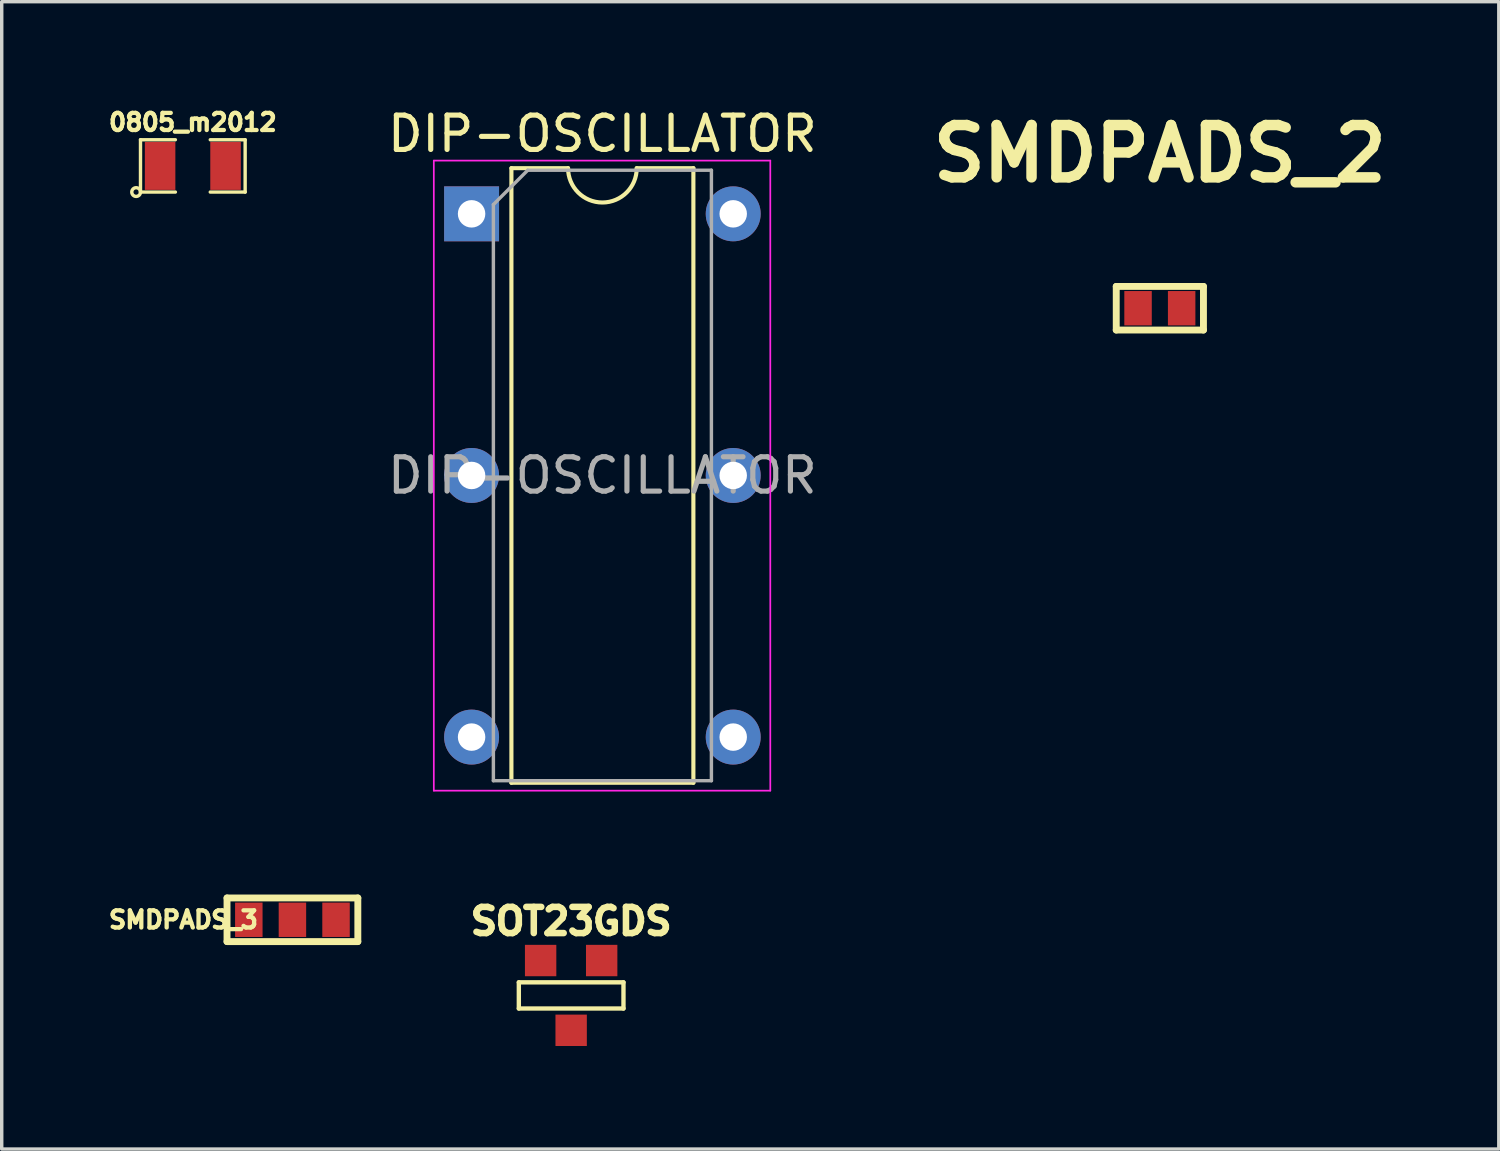
<source format=kicad_pcb>
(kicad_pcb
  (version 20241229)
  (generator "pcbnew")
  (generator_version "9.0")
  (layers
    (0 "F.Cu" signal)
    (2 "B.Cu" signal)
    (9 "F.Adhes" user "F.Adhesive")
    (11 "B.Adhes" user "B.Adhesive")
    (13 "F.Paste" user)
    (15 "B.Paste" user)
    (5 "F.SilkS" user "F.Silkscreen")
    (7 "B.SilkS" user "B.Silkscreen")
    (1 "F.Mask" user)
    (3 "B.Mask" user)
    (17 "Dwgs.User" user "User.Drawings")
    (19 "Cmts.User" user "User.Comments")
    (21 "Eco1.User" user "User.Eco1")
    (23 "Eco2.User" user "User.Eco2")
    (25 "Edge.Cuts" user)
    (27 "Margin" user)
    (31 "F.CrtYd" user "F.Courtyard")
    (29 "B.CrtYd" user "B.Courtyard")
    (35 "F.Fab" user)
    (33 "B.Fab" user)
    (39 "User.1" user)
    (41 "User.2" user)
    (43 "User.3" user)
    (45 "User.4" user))
  (footprint "DIP-OSCILLATOR"
    (layer "F.Cu")
    (at 10.685 3.178)
    (property "Reference" "DIP-OSCILLATOR" (at 3.81 -2.33 0) (layer "F.SilkS") (effects (font (size 1 1) (thickness 0.15))))
    (attr through_hole)
    (fp_line (start 1.16 -1.33) (end 1.16 16.57) (stroke (width 0.12) (type solid)) (layer "F.SilkS"))
    (fp_line (start 1.16 16.57) (end 6.46 16.57) (stroke (width 0.12) (type solid)) (layer "F.SilkS"))
    (fp_line (start 2.81 -1.33) (end 1.16 -1.33) (stroke (width 0.12) (type solid)) (layer "F.SilkS"))
    (fp_line (start 6.46 -1.33) (end 4.81 -1.33) (stroke (width 0.12) (type solid)) (layer "F.SilkS"))
    (fp_line (start 6.46 16.57) (end 6.46 -1.33) (stroke (width 0.12) (type solid)) (layer "F.SilkS"))
    (fp_arc (start 4.81 -1.33) (mid 3.81 -0.33) (end 2.81 -1.33) (stroke (width 0.12) (type solid)) (layer "F.SilkS"))
    (fp_line (start -1.1 -1.55) (end -1.1 16.8) (stroke (width 0.05) (type solid)) (layer "F.CrtYd"))
    (fp_line (start -1.1 16.8) (end 8.7 16.8) (stroke (width 0.05) (type solid)) (layer "F.CrtYd"))
    (fp_line (start 8.7 -1.55) (end -1.1 -1.55) (stroke (width 0.05) (type solid)) (layer "F.CrtYd"))
    (fp_line (start 8.7 16.8) (end 8.7 -1.55) (stroke (width 0.05) (type solid)) (layer "F.CrtYd"))
    (fp_line (start 0.635 -0.27) (end 1.635 -1.27) (stroke (width 0.1) (type solid)) (layer "F.Fab"))
    (fp_line (start 0.635 16.51) (end 0.635 -0.27) (stroke (width 0.1) (type solid)) (layer "F.Fab"))
    (fp_line (start 1.635 -1.27) (end 6.985 -1.27) (stroke (width 0.1) (type solid)) (layer "F.Fab"))
    (fp_line (start 6.985 -1.27) (end 6.985 16.51) (stroke (width 0.1) (type solid)) (layer "F.Fab"))
    (fp_line (start 6.985 16.51) (end 0.635 16.51) (stroke (width 0.1) (type solid)) (layer "F.Fab"))
    (fp_text user "${REFERENCE}" (at 3.81 7.62 0) (layer "F.Fab") (effects (font (size 1 1) (thickness 0.15))))
    (pad "1" thru_hole rect (at 0 0) (size 1.6 1.6) (drill 0.8) (layers "*.Cu" "*.Mask"))
    (pad "4" thru_hole oval (at 0 7.62) (size 1.6 1.6) (drill 0.8) (layers "*.Cu" "*.Mask"))
    (pad "7" thru_hole oval (at 0 15.24) (size 1.6 1.6) (drill 0.8) (layers "*.Cu" "*.Mask"))
    (pad "8" thru_hole oval (at 7.62 15.24) (size 1.6 1.6) (drill 0.8) (layers "*.Cu" "*.Mask"))
    (pad "11" thru_hole oval (at 7.62 7.62) (size 1.6 1.6) (drill 0.8) (layers "*.Cu" "*.Mask"))
    (pad "14" thru_hole oval (at 7.62 0) (size 1.6 1.6) (drill 0.8) (layers "*.Cu" "*.Mask")))
  (footprint "SMDPADS_2"
    (layer "F.Cu")
    (at 30.731 5.927)
    (property "Reference" "SMDPADS_2" (at 0 -4.501 0) (layer "F.SilkS") (effects (font (size 1.524 1.524) (thickness 0.305))))
    (attr through_hole)
    (fp_line (start -1.27 -0.635) (end 1.27 -0.635) (stroke (width 0.201) (type solid)) (layer "F.SilkS"))
    (fp_line (start -1.27 0.635) (end -1.27 -0.635) (stroke (width 0.201) (type solid)) (layer "F.SilkS"))
    (fp_line (start 1.27 -0.635) (end 1.27 0.635) (stroke (width 0.201) (type solid)) (layer "F.SilkS"))
    (fp_line (start 1.27 0.635) (end -1.27 0.635) (stroke (width 0.201) (type solid)) (layer "F.SilkS"))
    (pad "1" smd rect (at -0.635 0) (size 0.8 1.001) (layers "F.Cu" "F.Mask" "F.Paste"))
    (pad "2" smd rect (at 0.635 0) (size 0.8 1.001) (layers "F.Cu" "F.Mask" "F.Paste")))
  (footprint "SOT23GDS"
    (layer "F.Cu")
    (at 13.585 25.942)
    (property "Reference" "SOT23GDS" (at 0 -2.159 0) (layer "F.SilkS") (effects (font (size 0.762 0.762) (thickness 0.191))))
    (attr smd)
    (fp_line (start -1.524 -0.381) (end 1.524 -0.381) (stroke (width 0.127) (type solid)) (layer "F.SilkS"))
    (fp_line (start -1.524 0.381) (end -1.524 -0.381) (stroke (width 0.127) (type solid)) (layer "F.SilkS"))
    (fp_line (start 1.524 -0.381) (end 1.524 0.381) (stroke (width 0.127) (type solid)) (layer "F.SilkS"))
    (fp_line (start 1.524 0.381) (end -1.524 0.381) (stroke (width 0.127) (type solid)) (layer "F.SilkS"))
    (pad "D" smd rect (at 0 1.016) (size 0.914 0.914) (layers "F.Cu" "F.Mask" "F.Paste"))
    (pad "G" smd rect (at 0.889 -1.016) (size 0.914 0.914) (layers "F.Cu" "F.Mask" "F.Paste"))
    (pad "S" smd rect (at -0.889 -1.016) (size 0.914 0.914) (layers "F.Cu" "F.Mask" "F.Paste")))
  (footprint "SMDPADS_3"
    (layer "F.Cu")
    (at 5.467 23.739)
    (property "Reference" "SMDPADS_3" (at -3.175 0 0) (layer "F.SilkS") (effects (font (size 0.5 0.5) (thickness 0.125))))
    (attr through_hole)
    (fp_line (start -1.905 -0.635) (end 1.905 -0.635) (stroke (width 0.201) (type solid)) (layer "F.SilkS"))
    (fp_line (start -1.905 0.635) (end -1.905 -0.635) (stroke (width 0.201) (type solid)) (layer "F.SilkS"))
    (fp_line (start 1.905 -0.635) (end 1.905 0.635) (stroke (width 0.201) (type solid)) (layer "F.SilkS"))
    (fp_line (start 1.905 0.635) (end -1.905 0.635) (stroke (width 0.201) (type solid)) (layer "F.SilkS"))
    (pad "1" smd rect (at -1.27 0) (size 0.8 1.001) (layers "F.Cu" "F.Mask" "F.Paste"))
    (pad "2" smd rect (at 0 0) (size 0.8 1.001) (layers "F.Cu" "F.Mask" "F.Paste"))
    (pad "3" smd rect (at 1.27 0) (size 0.8 1.001) (layers "F.Cu" "F.Mask" "F.Paste")))
  (footprint "0805_m2012"
    (layer "F.Cu")
    (at 2.566 1.782)
    (property "Reference" "0805_m2012" (at 0 -1.27 0) (layer "F.SilkS") (effects (font (size 0.5 0.5) (thickness 0.125))))
    (attr smd)
    (fp_line (start -1.524 -0.762) (end -0.508 -0.762) (stroke (width 0.099) (type solid)) (layer "F.SilkS"))
    (fp_line (start -1.524 0.762) (end -1.524 -0.762) (stroke (width 0.099) (type solid)) (layer "F.SilkS"))
    (fp_line (start -0.508 0.762) (end -1.524 0.762) (stroke (width 0.099) (type solid)) (layer "F.SilkS"))
    (fp_line (start 0.508 -0.762) (end 1.524 -0.762) (stroke (width 0.099) (type solid)) (layer "F.SilkS"))
    (fp_line (start 1.524 -0.762) (end 1.524 0.762) (stroke (width 0.099) (type solid)) (layer "F.SilkS"))
    (fp_line (start 1.524 0.762) (end 0.508 0.762) (stroke (width 0.099) (type solid)) (layer "F.SilkS"))
    (fp_circle (center -1.651 0.762) (end -1.651 0.635) (stroke (width 0.099) (type solid)) (fill no) (layer "F.SilkS"))
    (pad "1" smd rect (at -0.953 0) (size 0.889 1.397) (layers "F.Cu" "F.Mask" "F.Paste"))
    (pad "2" smd rect (at 0.953 0) (size 0.889 1.397) (layers "F.Cu" "F.Mask" "F.Paste")))
  (gr_rect
    (start -3 -3)
    (end 40.603 30.416)
    (stroke (width 0.1) (type default))
    (fill no)
    (layer "Edge.Cuts")))
</source>
